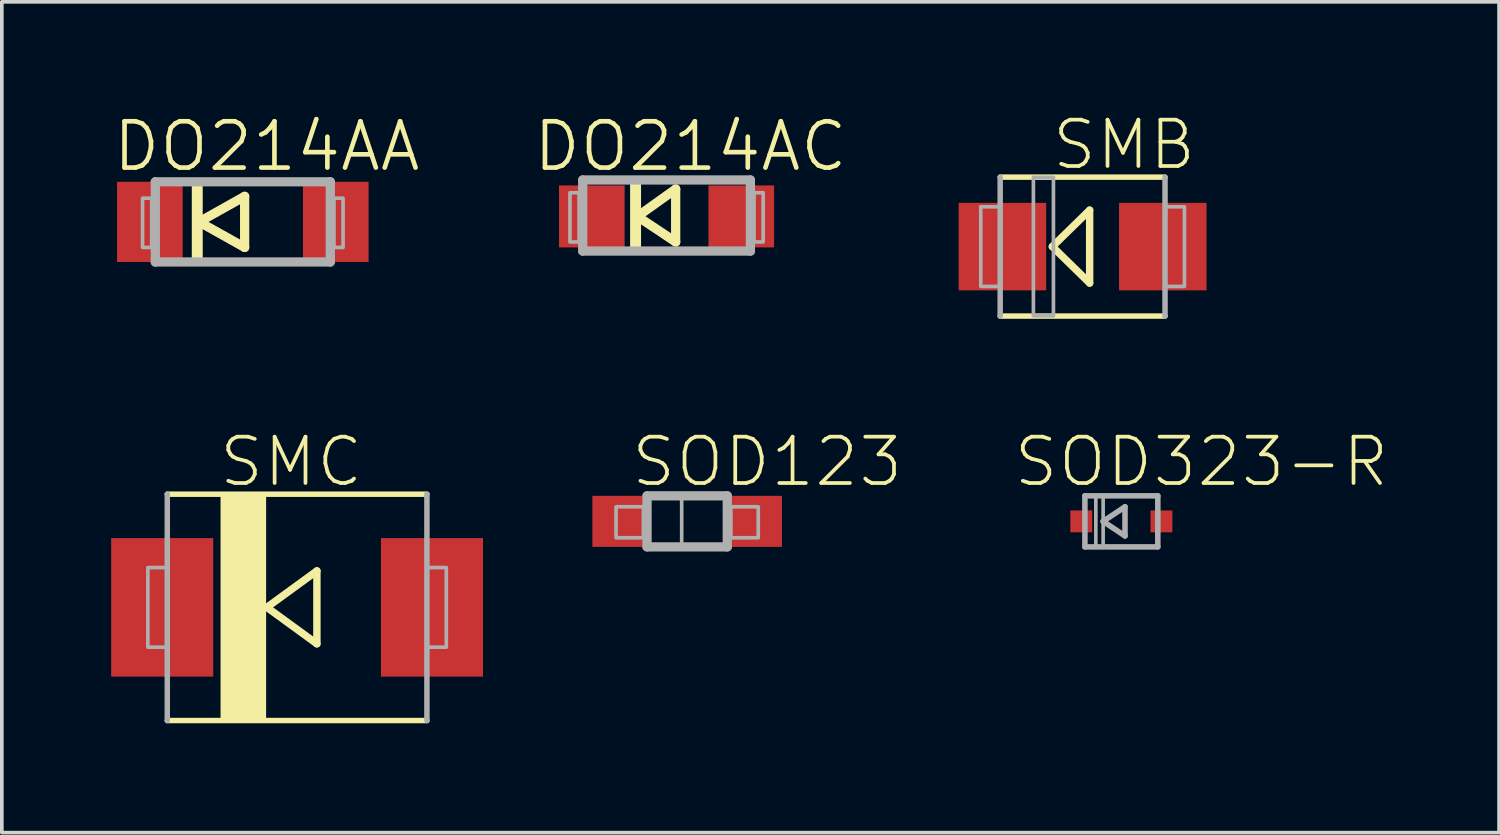
<source format=kicad_pcb>
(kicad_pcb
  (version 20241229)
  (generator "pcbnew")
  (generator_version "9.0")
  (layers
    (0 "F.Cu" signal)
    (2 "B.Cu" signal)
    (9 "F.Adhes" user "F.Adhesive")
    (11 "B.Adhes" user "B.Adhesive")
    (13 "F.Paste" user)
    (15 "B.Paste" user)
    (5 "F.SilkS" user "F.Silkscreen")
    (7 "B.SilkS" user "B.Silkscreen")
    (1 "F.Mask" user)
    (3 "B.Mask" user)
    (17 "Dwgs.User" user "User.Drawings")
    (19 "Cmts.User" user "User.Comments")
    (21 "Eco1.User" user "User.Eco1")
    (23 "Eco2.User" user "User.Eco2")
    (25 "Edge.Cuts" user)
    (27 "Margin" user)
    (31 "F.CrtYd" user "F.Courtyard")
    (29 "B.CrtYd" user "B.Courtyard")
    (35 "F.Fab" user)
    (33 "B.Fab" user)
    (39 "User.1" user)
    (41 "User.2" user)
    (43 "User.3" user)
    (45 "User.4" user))
  (footprint "SOD323-R"
    (layer "F.Cu")
    (at 27.711 11.252)
    (property "Reference" "SOD323-R" (at 2.196 -1.635 0) (layer "F.SilkS") (effects (font (size 1.27 1.27) (thickness 0.102))))
    (attr through_hole)
    (fp_line (start -1 -0.7) (end 1 -0.7) (stroke (width 0.152) (type solid)) (layer "F.Fab"))
    (fp_line (start -1 0.7) (end -1 -0.7) (stroke (width 0.152) (type solid)) (layer "F.Fab"))
    (fp_line (start -0.5 0) (end 0.1 -0.4) (stroke (width 0.152) (type solid)) (layer "F.Fab"))
    (fp_line (start 0.1 -0.4) (end 0.1 0.4) (stroke (width 0.152) (type solid)) (layer "F.Fab"))
    (fp_line (start 0.1 0.4) (end -0.5 0) (stroke (width 0.152) (type solid)) (layer "F.Fab"))
    (fp_line (start 1 -0.7) (end 1 0.7) (stroke (width 0.152) (type solid)) (layer "F.Fab"))
    (fp_line (start 1 0.7) (end -1 0.7) (stroke (width 0.152) (type solid)) (layer "F.Fab"))
    (fp_poly (pts (xy -0.7 -0.7) (xy -0.5 -0.7) (xy -0.5 0.7) (xy -0.7 0.7)) (stroke (width 0.1) (type solid)) (fill no) (layer "F.Fab"))
    (pad "A" smd rect (at 1.1 0) (size 0.6 0.6) (layers "F.Cu" "F.Mask" "F.Paste"))
    (pad "C" smd rect (at -1.1 0) (size 0.6 0.6) (layers "F.Cu" "F.Mask" "F.Paste")))
  (footprint "DO214AC"
    (layer "F.Cu")
    (at 15.235 2.887)
    (property "Reference" "DO214AC" (at 0.656 -1.921 0) (layer "F.SilkS") (effects (font (size 1.27 1.27) (thickness 0.127))))
    (attr through_hole)
    (fp_line (start -0.8 0) (end 0.25 -0.75) (stroke (width 0.254) (type solid)) (layer "F.SilkS"))
    (fp_line (start 0.25 -0.75) (end 0.25 0.7) (stroke (width 0.254) (type solid)) (layer "F.SilkS"))
    (fp_line (start 0.25 0.7) (end -0.8 0) (stroke (width 0.254) (type solid)) (layer "F.SilkS"))
    (fp_poly (pts (xy -1 -1.05) (xy -0.7 -1.05) (xy -0.7 1.05) (xy -1 1.05)) (stroke (width 0) (type solid)) (fill yes) (layer "F.SilkS"))
    (fp_line (start -2.3 -1) (end 2.3 -1) (stroke (width 0.254) (type solid)) (layer "F.Fab"))
    (fp_line (start -2.3 0.95) (end -2.3 -1) (stroke (width 0.254) (type solid)) (layer "F.Fab"))
    (fp_line (start 2.3 -1) (end 2.3 0.95) (stroke (width 0.254) (type solid)) (layer "F.Fab"))
    (fp_line (start 2.3 0.95) (end -2.3 0.95) (stroke (width 0.254) (type solid)) (layer "F.Fab"))
    (fp_poly (pts (xy -2.65 -0.65) (xy -2.4 -0.65) (xy -2.4 0.7) (xy -2.65 0.7)) (stroke (width 0.1) (type solid)) (fill no) (layer "F.Fab"))
    (fp_poly (pts (xy 2.4 -0.65) (xy 2.65 -0.65) (xy 2.65 0.7) (xy 2.4 0.7)) (stroke (width 0.1) (type solid)) (fill no) (layer "F.Fab"))
    (pad "A" smd rect (at 2.05 0) (size 1.8 1.7) (layers "F.Cu" "F.Mask" "F.Paste"))
    (pad "C" smd rect (at -2.05 0) (size 1.8 1.7) (layers "F.Cu" "F.Mask" "F.Paste")))
  (footprint "SMB"
    (layer "F.Cu")
    (at 26.648 3.715)
    (property "Reference" "SMB" (at 1.137 -2.794 0) (layer "F.SilkS") (effects (font (size 1.27 1.27) (thickness 0.102))))
    (attr through_hole)
    (fp_line (start -2.261 -1.905) (end 2.261 -1.905) (stroke (width 0.15) (type solid)) (layer "F.SilkS"))
    (fp_line (start -2.261 1.905) (end 2.261 1.905) (stroke (width 0.15) (type solid)) (layer "F.SilkS"))
    (fp_line (start -0.83 0) (end 0.193 1) (stroke (width 0.203) (type solid)) (layer "F.SilkS"))
    (fp_line (start 0.193 -1) (end -0.83 0) (stroke (width 0.203) (type solid)) (layer "F.SilkS"))
    (fp_line (start 0.193 1) (end 0.193 -1) (stroke (width 0.203) (type solid)) (layer "F.SilkS"))
    (fp_line (start -2.261 1.905) (end -2.261 -1.905) (stroke (width 0.15) (type solid)) (layer "F.Fab"))
    (fp_line (start 2.261 1.905) (end 2.261 -1.905) (stroke (width 0.15) (type solid)) (layer "F.Fab"))
    (fp_poly (pts (xy -2.794 -1.092) (xy -2.261 -1.092) (xy -2.261 1.092) (xy -2.794 1.092)) (stroke (width 0.1) (type solid)) (fill no) (layer "F.Fab"))
    (fp_poly (pts (xy -1.35 -1.9) (xy -0.8 -1.9) (xy -0.8 1.9) (xy -1.35 1.9)) (stroke (width 0.1) (type solid)) (fill no) (layer "F.Fab"))
    (fp_poly (pts (xy 2.261 -1.092) (xy 2.794 -1.092) (xy 2.794 1.092) (xy 2.261 1.092)) (stroke (width 0.1) (type solid)) (fill no) (layer "F.Fab"))
    (pad "A" smd rect (at 2.2 0) (size 2.4 2.4) (layers "F.Cu" "F.Mask" "F.Paste"))
    (pad "C" smd rect (at -2.2 0) (size 2.4 2.4) (layers "F.Cu" "F.Mask" "F.Paste")))
  (footprint "SOD123"
    (layer "F.Cu")
    (at 15.8 11.252)
    (property "Reference" "SOD123" (at 2.196 -1.635 0) (layer "F.SilkS") (effects (font (size 1.27 1.27) (thickness 0.102))))
    (attr through_hole)
    (fp_line (start -1.1 -0.7) (end 1.1 -0.7) (stroke (width 0.254) (type solid)) (layer "F.Fab"))
    (fp_line (start -1.1 0.7) (end -1.1 -0.7) (stroke (width 0.254) (type solid)) (layer "F.Fab"))
    (fp_line (start 1.1 -0.7) (end 1.1 0.7) (stroke (width 0.254) (type solid)) (layer "F.Fab"))
    (fp_line (start 1.1 0.7) (end -1.1 0.7) (stroke (width 0.254) (type solid)) (layer "F.Fab"))
    (fp_poly (pts (xy -1.95 -0.4) (xy -1.2 -0.4) (xy -1.2 0.45) (xy -1.95 0.45)) (stroke (width 0.1) (type solid)) (fill no) (layer "F.Fab"))
    (fp_poly (pts (xy -1.05 -0.7) (xy -0.15 -0.7) (xy -0.15 0.65) (xy -1.05 0.65)) (stroke (width 0.1) (type solid)) (fill no) (layer "F.Fab"))
    (fp_poly (pts (xy 1.2 -0.4) (xy 1.95 -0.4) (xy 1.95 0.45) (xy 1.2 0.45)) (stroke (width 0.1) (type solid)) (fill no) (layer "F.Fab"))
    (pad "A" smd rect (at 1.9 0) (size 1.4 1.4) (layers "F.Cu" "F.Mask" "F.Paste"))
    (pad "C" smd rect (at -1.9 0) (size 1.4 1.4) (layers "F.Cu" "F.Mask" "F.Paste")))
  (footprint "DO214AA"
    (layer "F.Cu")
    (at 3.611 3.037)
    (property "Reference" "DO214AA" (at 0.656 -2.071 0) (layer "F.SilkS") (effects (font (size 1.27 1.27) (thickness 0.127))))
    (attr through_hole)
    (fp_line (start -1.2 0) (end 0.05 -0.7) (stroke (width 0.254) (type solid)) (layer "F.SilkS"))
    (fp_line (start 0.05 -0.7) (end 0.05 0.7) (stroke (width 0.254) (type solid)) (layer "F.SilkS"))
    (fp_line (start 0.05 0.7) (end -1.2 0) (stroke (width 0.254) (type solid)) (layer "F.SilkS"))
    (fp_poly (pts (xy -1.4 -1.05) (xy -1.1 -1.05) (xy -1.1 1.05) (xy -1.4 1.05)) (stroke (width 0) (type solid)) (fill yes) (layer "F.SilkS"))
    (fp_line (start -2.4 -1.1) (end 2.4 -1.1) (stroke (width 0.254) (type solid)) (layer "F.Fab"))
    (fp_line (start -2.4 1.1) (end -2.4 -1.1) (stroke (width 0.254) (type solid)) (layer "F.Fab"))
    (fp_line (start 2.4 -1.1) (end 2.4 1.1) (stroke (width 0.254) (type solid)) (layer "F.Fab"))
    (fp_line (start 2.4 1.1) (end -2.4 1.1) (stroke (width 0.254) (type solid)) (layer "F.Fab"))
    (fp_poly (pts (xy -2.75 -0.65) (xy -2.5 -0.65) (xy -2.5 0.7) (xy -2.75 0.7)) (stroke (width 0.1) (type solid)) (fill no) (layer "F.Fab"))
    (fp_poly (pts (xy 2.5 -0.65) (xy 2.75 -0.65) (xy 2.75 0.7) (xy 2.5 0.7)) (stroke (width 0.1) (type solid)) (fill no) (layer "F.Fab"))
    (pad "A" smd rect (at 2.55 0) (size 1.8 2.2) (layers "F.Cu" "F.Mask" "F.Paste"))
    (pad "C" smd rect (at -2.55 0) (size 1.8 2.2) (layers "F.Cu" "F.Mask" "F.Paste")))
  (footprint "SMC"
    (layer "F.Cu")
    (at 5.1 13.611)
    (property "Reference" "SMC" (at -0.163 -3.994 0) (layer "F.SilkS") (effects (font (size 1.27 1.27) (thickness 0.102))))
    (attr through_hole)
    (fp_line (start -3.561 -3.105) (end 3.561 -3.105) (stroke (width 0.15) (type solid)) (layer "F.SilkS"))
    (fp_line (start -3.561 3.105) (end 3.561 3.105) (stroke (width 0.15) (type solid)) (layer "F.SilkS"))
    (fp_line (start -0.83 0) (end 0.543 1) (stroke (width 0.203) (type solid)) (layer "F.SilkS"))
    (fp_line (start 0.543 -1) (end -0.83 0) (stroke (width 0.203) (type solid)) (layer "F.SilkS"))
    (fp_line (start 0.543 1) (end 0.543 -1) (stroke (width 0.203) (type solid)) (layer "F.SilkS"))
    (fp_poly (pts (xy -2.1 -3.1) (xy -0.85 -3.1) (xy -0.85 3.1) (xy -2.1 3.1)) (stroke (width 0) (type solid)) (fill yes) (layer "F.SilkS"))
    (fp_line (start -3.561 3.105) (end -3.561 -3.105) (stroke (width 0.15) (type solid)) (layer "F.Fab"))
    (fp_line (start 3.561 3.105) (end 3.561 -3.105) (stroke (width 0.15) (type solid)) (layer "F.Fab"))
    (fp_poly (pts (xy -4.094 -1.092) (xy -3.561 -1.092) (xy -3.561 1.092) (xy -4.094 1.092)) (stroke (width 0.1) (type solid)) (fill no) (layer "F.Fab"))
    (fp_poly (pts (xy 3.561 -1.092) (xy 4.094 -1.092) (xy 4.094 1.092) (xy 3.561 1.092)) (stroke (width 0.1) (type solid)) (fill no) (layer "F.Fab"))
    (pad "A" smd rect (at 3.7 0) (size 2.8 3.8) (layers "F.Cu" "F.Mask" "F.Paste"))
    (pad "C" smd rect (at -3.7 0) (size 2.8 3.8) (layers "F.Cu" "F.Mask" "F.Paste")))
  (gr_rect
    (start -3 -3)
    (end 38.072 19.791)
    (stroke (width 0.1) (type default))
    (fill no)
    (layer "Edge.Cuts")))
</source>
